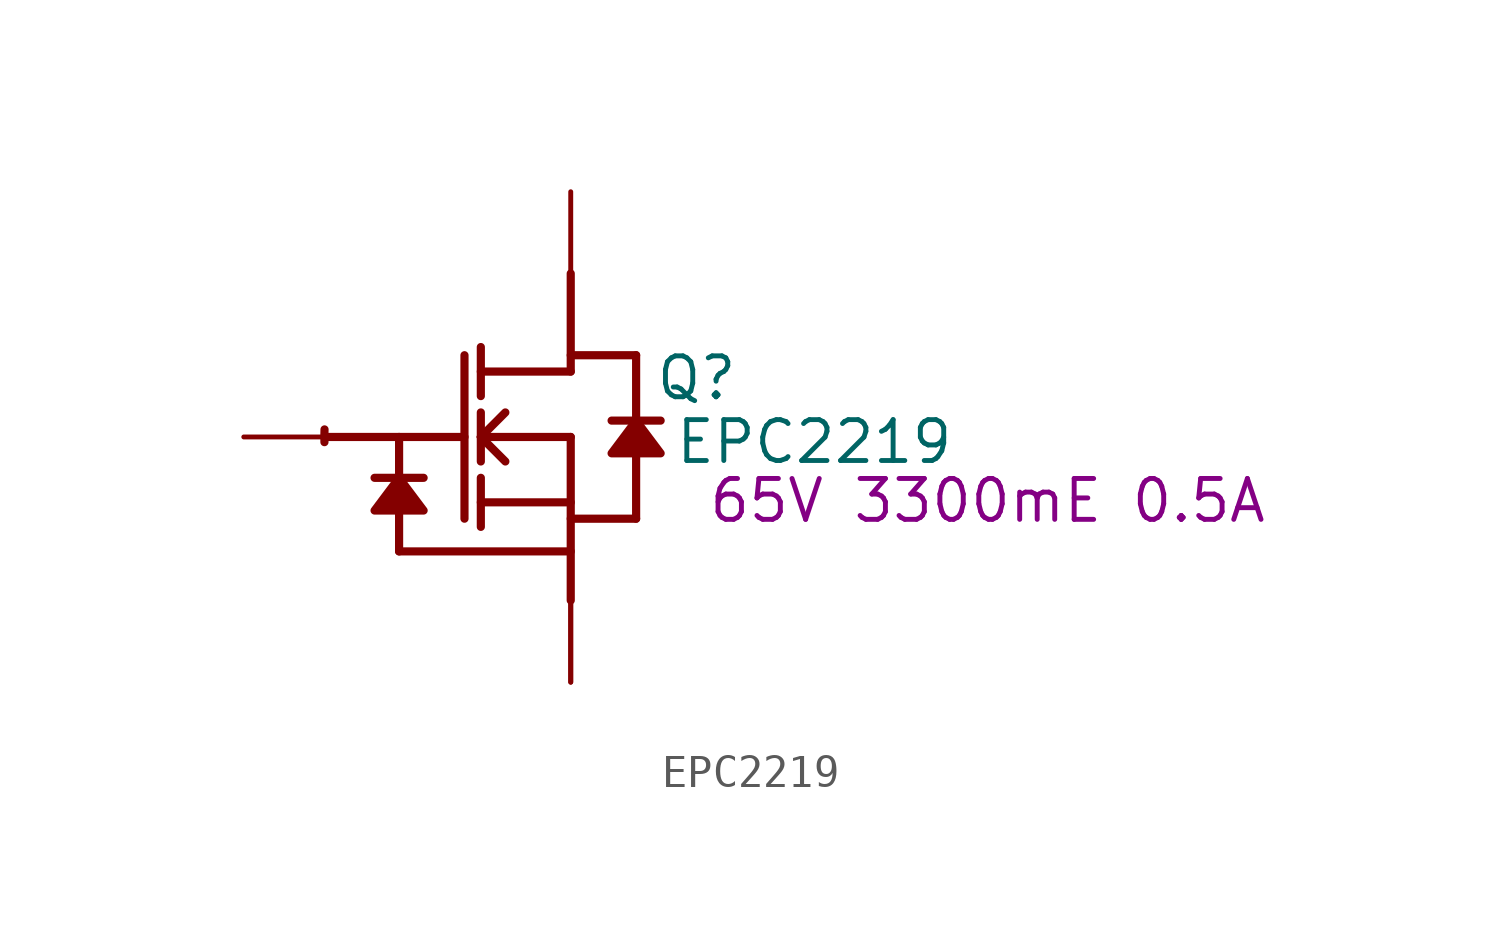
<source format=kicad_sym>
(kicad_symbol_lib
  (version 20220914)
  (generator kicad_symbol_editor)
  (symbol "EPC2219"
    (property "Reference" "Q"
      (at 3.912 1.829 0)
      (effects (font (size 1.27 1.27))))
    (property "Value" "EPC2219"
      (at 7.569 -0.152 0)
      (effects (font (size 1.27 1.27))))
    (property "Description" "65V 3300mE 0.5A"
      (at 12.954 -1.981 0)
      (effects (font (size 1.27 1.27))))
    (symbol "EPC2219_1_0"
      (arc (start -7.6511 0.2344) (mid -7.6559 0.0364) (end -7.6537 -0.1616) (stroke (width 0.254) (type solid)) (fill (type none)))
      (polyline (pts (xy -7.62 0) (xy -3.302 0)) (stroke (width 0.254) (type solid)) (fill (type none)))
      (polyline (pts (xy -5.334 -3.556) (xy 0 -3.556)) (stroke (width 0.254) (type solid)) (fill (type none)))
      (polyline (pts (xy -5.334 -2.286) (xy -5.334 -3.556)) (stroke (width 0.254) (type solid)) (fill (type none)))
      (polyline (pts (xy -5.334 0) (xy -5.334 -1.27)) (stroke (width 0.254) (type solid)) (fill (type none)))
      (polyline (pts (xy -4.572 -1.27) (xy -6.096 -1.27)) (stroke (width 0.254) (type solid)) (fill (type none)))
      (polyline (pts (xy -3.302 2.54) (xy -3.302 -2.54)) (stroke (width 0.254) (type solid)) (fill (type none)))
      (polyline (pts (xy -2.794 -2.794) (xy -2.794 -1.27)) (stroke (width 0.254) (type solid)) (fill (type none)))
      (polyline (pts (xy -2.794 -2.032) (xy 0 -2.032)) (stroke (width 0.254) (type solid)) (fill (type none)))
      (polyline (pts (xy -2.794 -0.762) (xy -2.794 0.762)) (stroke (width 0.254) (type solid)) (fill (type none)))
      (polyline (pts (xy -2.794 0) (xy -2.032 0.762)) (stroke (width 0.254) (type solid)) (fill (type none)))
      (polyline (pts (xy -2.794 0) (xy 0 0)) (stroke (width 0.254) (type solid)) (fill (type none)))
      (polyline (pts (xy -2.794 1.27) (xy -2.794 2.794)) (stroke (width 0.254) (type solid)) (fill (type none)))
      (polyline (pts (xy -2.032 -0.762) (xy -2.794 0)) (stroke (width 0.254) (type solid)) (fill (type none)))
      (polyline (pts (xy 0 -2.54) (xy 2.032 -2.54)) (stroke (width 0.254) (type solid)) (fill (type none)))
      (polyline (pts (xy 0 0) (xy 0 -5.08)) (stroke (width 0.254) (type solid)) (fill (type none)))
      (polyline (pts (xy 0 2.032) (xy -2.794 2.032)) (stroke (width 0.254) (type solid)) (fill (type none)))
      (polyline (pts (xy 0 2.032) (xy 0 5.08)) (stroke (width 0.254) (type solid)) (fill (type none)))
      (polyline (pts (xy 0 2.54) (xy 2.032 2.54)) (stroke (width 0.254) (type solid)) (fill (type none)))
      (polyline (pts (xy 2.032 -0.508) (xy 2.032 -2.54)) (stroke (width 0.254) (type solid)) (fill (type none)))
      (polyline (pts (xy 2.032 2.54) (xy 2.032 0.508)) (stroke (width 0.254) (type solid)) (fill (type none)))
      (polyline (pts (xy 2.794 0.508) (xy 1.27 0.508)) (stroke (width 0.254) (type solid)) (fill (type none)))
      (polyline (pts (xy -5.334 -1.27) (xy -6.096 -2.286) (xy -4.572 -2.286) (xy -5.334 -1.27)) (stroke (width 0.254) (type solid)) (fill (type outline)))
      (polyline (pts (xy 2.032 0.508) (xy 1.27 -0.508) (xy 2.794 -0.508) (xy 2.032 0.508)) (stroke (width 0.254) (type solid)) (fill (type outline)))
      (pin passive line (at -10.16 0 0) (length 2.54) (name "G" (effects (font (size 0 0)))) (number "1" (effects (font (size 0 0)))))
      (pin open_emitter line (at 0 -7.62 90) (length 2.54) (name "S1" (effects (font (size 0 0)))) (number "2" (effects (font (size 0 0)))))
      (pin open_collector line (at 0 7.62 270) (length 2.54) (name "D1" (effects (font (size 0 0)))) (number "3" (effects (font (size 0 0)))))
      (pin open_emitter line (at 0 -7.62 90) (length 2.54) (name "S2" (effects (font (size 0 0)))) (number "4" (effects (font (size 0 0))))))))
</source>
